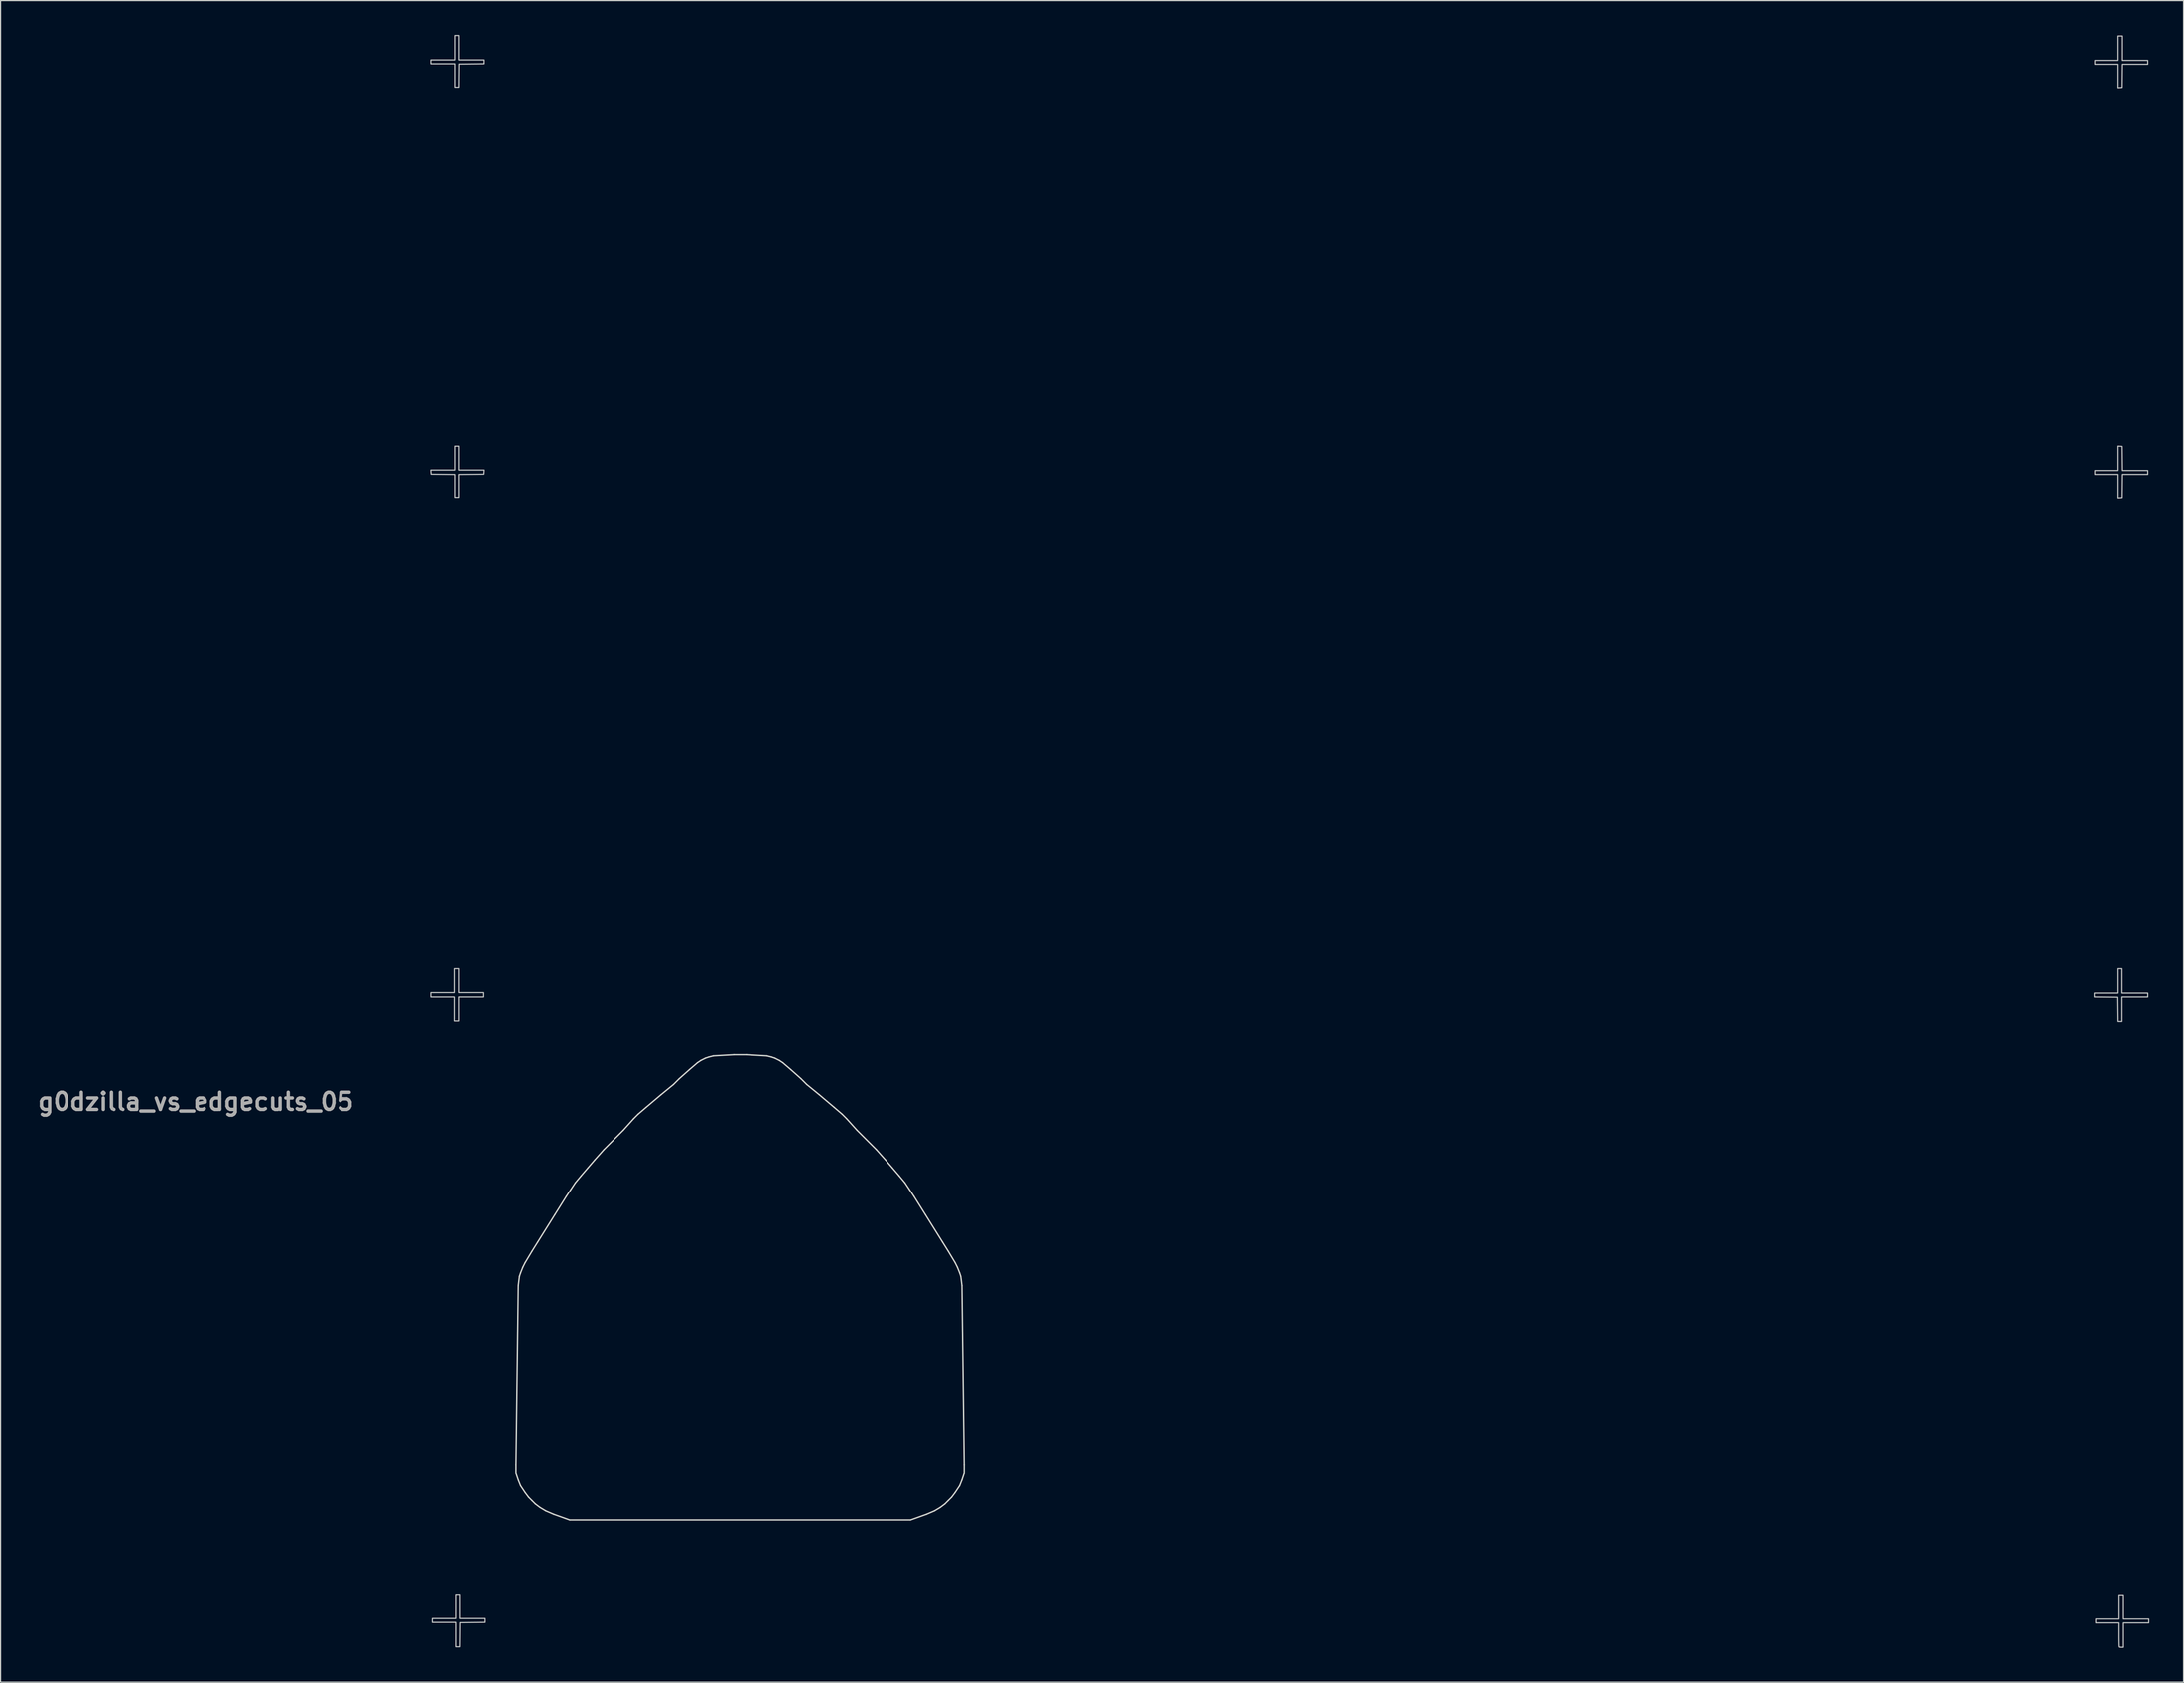
<source format=kicad_pcb>
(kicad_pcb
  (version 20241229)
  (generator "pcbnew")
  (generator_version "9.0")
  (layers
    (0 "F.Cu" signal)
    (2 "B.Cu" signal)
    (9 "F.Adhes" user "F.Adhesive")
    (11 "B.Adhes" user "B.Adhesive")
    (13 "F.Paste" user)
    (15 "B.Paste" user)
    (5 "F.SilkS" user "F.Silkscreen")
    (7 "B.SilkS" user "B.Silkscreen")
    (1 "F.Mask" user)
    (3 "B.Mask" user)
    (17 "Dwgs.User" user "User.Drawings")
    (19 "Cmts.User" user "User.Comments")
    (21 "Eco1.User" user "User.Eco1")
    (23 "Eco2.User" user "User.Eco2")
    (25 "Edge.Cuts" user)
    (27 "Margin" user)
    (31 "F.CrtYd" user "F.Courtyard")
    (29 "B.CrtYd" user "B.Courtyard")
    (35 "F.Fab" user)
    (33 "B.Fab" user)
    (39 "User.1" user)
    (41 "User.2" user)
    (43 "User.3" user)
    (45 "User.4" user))
  (footprint "g0dzilla_vs_edgecuts_05"
    (layer "F.Cu")
    (at 107.521 74.116)
    (property "Reference" "g0dzilla_vs_edgecuts_05" (at -93.4 19.5 0) (layer "F.Fab") (effects (font (size 1.5 1.5) (thickness 0.3))))
    (attr board_only exclude_from_pos_files exclude_from_bom)
    (fp_poly (pts (xy -70.352 -72.998) (xy -70.352 -71.931) (xy -69.22 -71.931) (xy -68.089 -71.931) (xy -68.089 -71.761) (xy -68.089 -71.591) (xy -69.21 -71.58) (xy -70.33 -71.568) (xy -70.342 -70.512) (xy -70.353 -69.455) (xy -70.523 -69.455) (xy -70.693 -69.455) (xy -70.693 -70.522) (xy -70.693 -71.59) (xy -71.739 -71.59) (xy -72.785 -71.59) (xy -72.785 -71.76) (xy -72.785 -71.931) (xy -71.739 -71.931) (xy -70.693 -71.931) (xy -70.693 -72.998) (xy -70.693 -74.066) (xy -70.522 -74.066) (xy -70.352 -74.066)) (stroke (width 0.1) (type solid)) (fill no) (layer "Dwgs.User"))
    (fp_poly (pts (xy -70.352 -36.99) (xy -70.352 -35.944) (xy -69.218 -35.944) (xy -68.084 -35.944) (xy -68.097 -35.763) (xy -68.11 -35.581) (xy -69.231 -35.57) (xy -70.352 -35.559) (xy -70.352 -34.513) (xy -70.352 -33.468) (xy -70.522 -33.468) (xy -70.693 -33.468) (xy -70.693 -34.513) (xy -70.693 -35.558) (xy -71.728 -35.57) (xy -72.764 -35.581) (xy -72.777 -35.763) (xy -72.79 -35.944) (xy -71.741 -35.944) (xy -70.693 -35.944) (xy -70.693 -36.99) (xy -70.693 -38.036) (xy -70.522 -38.036) (xy -70.352 -38.036)) (stroke (width 0.1) (type solid)) (fill no) (layer "Dwgs.User"))
    (fp_poly (pts (xy -70.352 8.858) (xy -70.352 9.904) (xy -69.242 9.904) (xy -68.132 9.904) (xy -68.132 10.096) (xy -68.132 10.288) (xy -69.242 10.288) (xy -70.352 10.288) (xy -70.352 11.334) (xy -70.352 12.38) (xy -70.544 12.38) (xy -70.736 12.38) (xy -70.736 11.334) (xy -70.736 10.288) (xy -71.76 10.288) (xy -72.785 10.288) (xy -72.785 10.096) (xy -72.785 9.904) (xy -71.76 9.904) (xy -70.736 9.904) (xy -70.736 8.858) (xy -70.736 7.812) (xy -70.544 7.812) (xy -70.352 7.812)) (stroke (width 0.1) (type solid)) (fill no) (layer "Dwgs.User"))
    (fp_poly (pts (xy -70.266 63.777) (xy -70.266 64.845) (xy -69.135 64.845) (xy -68.004 64.845) (xy -68.004 65.015) (xy -68.004 65.185) (xy -69.124 65.196) (xy -70.245 65.208) (xy -70.256 66.264) (xy -70.268 67.321) (xy -70.438 67.321) (xy -70.608 67.321) (xy -70.608 66.253) (xy -70.608 65.186) (xy -71.632 65.186) (xy -72.657 65.186) (xy -72.657 65.015) (xy -72.657 64.845) (xy -71.632 64.845) (xy -70.608 64.845) (xy -70.608 63.777) (xy -70.608 62.71) (xy -70.437 62.71) (xy -70.266 62.71)) (stroke (width 0.1) (type solid)) (fill no) (layer "Dwgs.User"))
    (fp_poly (pts (xy 75.4 -38.028) (xy 75.581 -38.015) (xy 75.592 -36.958) (xy 75.604 -35.902) (xy 76.713 -35.902) (xy 77.822 -35.902) (xy 77.822 -35.731) (xy 77.822 -35.56) (xy 76.713 -35.56) (xy 75.604 -35.56) (xy 75.592 -34.503) (xy 75.581 -33.447) (xy 75.4 -33.434) (xy 75.218 -33.421) (xy 75.218 -34.49) (xy 75.218 -35.56) (xy 74.194 -35.56) (xy 73.169 -35.56) (xy 73.169 -35.731) (xy 73.169 -35.902) (xy 74.194 -35.902) (xy 75.218 -35.902) (xy 75.218 -36.971) (xy 75.218 -38.041)) (stroke (width 0.1) (type solid)) (fill no) (layer "Dwgs.User"))
    (fp_poly (pts (xy 75.56 8.879) (xy 75.56 9.947) (xy 76.691 9.947) (xy 77.822 9.947) (xy 77.822 10.117) (xy 77.822 10.288) (xy 76.691 10.288) (xy 75.56 10.288) (xy 75.56 11.355) (xy 75.56 12.423) (xy 75.39 12.423) (xy 75.22 12.423) (xy 75.208 11.366) (xy 75.197 10.309) (xy 74.162 10.298) (xy 73.126 10.287) (xy 73.126 10.117) (xy 73.126 9.947) (xy 74.172 9.947) (xy 75.218 9.947) (xy 75.218 8.879) (xy 75.218 7.812) (xy 75.389 7.812) (xy 75.56 7.812)) (stroke (width 0.1) (type solid)) (fill no) (layer "Dwgs.User"))
    (fp_poly (pts (xy 75.602 -72.956) (xy 75.602 -71.888) (xy 76.712 -71.888) (xy 77.822 -71.888) (xy 77.822 -71.718) (xy 77.822 -71.547) (xy 76.713 -71.547) (xy 75.604 -71.547) (xy 75.592 -70.49) (xy 75.581 -69.434) (xy 75.4 -69.421) (xy 75.218 -69.408) (xy 75.218 -70.477) (xy 75.218 -71.547) (xy 74.194 -71.547) (xy 73.169 -71.547) (xy 73.169 -71.718) (xy 73.169 -71.888) (xy 74.194 -71.888) (xy 75.218 -71.888) (xy 75.218 -72.956) (xy 75.218 -74.023) (xy 75.41 -74.023) (xy 75.602 -74.023)) (stroke (width 0.1) (type solid)) (fill no) (layer "Dwgs.User"))
    (fp_poly (pts (xy 75.688 63.82) (xy 75.688 64.887) (xy 76.798 64.887) (xy 77.908 64.887) (xy 77.908 65.058) (xy 77.908 65.229) (xy 76.798 65.229) (xy 75.688 65.229) (xy 75.688 66.296) (xy 75.688 67.363) (xy 75.524 67.363) (xy 75.411 67.357) (xy 75.339 67.34) (xy 75.332 67.335) (xy 75.324 67.286) (xy 75.317 67.164) (xy 75.311 66.98) (xy 75.307 66.747) (xy 75.304 66.477) (xy 75.304 66.268) (xy 75.304 65.229) (xy 74.279 65.229) (xy 73.254 65.229) (xy 73.254 65.058) (xy 73.254 64.887) (xy 74.279 64.887) (xy 75.304 64.887) (xy 75.304 63.82) (xy 75.304 62.753) (xy 75.496 62.753) (xy 75.688 62.753)) (stroke (width 0.1) (type solid)) (fill no) (layer "Dwgs.User"))
    (fp_line (start -65.3 51.3) (end -65.1 35.6) (stroke (width 0.12) (type default)) (layer "Edge.Cuts"))
    (fp_line (start -65.3 52.1) (end -65.3 51.3) (stroke (width 0.12) (type default)) (layer "Edge.Cuts"))
    (fp_line (start -65.1 35.6) (end -65 34.8) (stroke (width 0.12) (type default)) (layer "Edge.Cuts"))
    (fp_line (start -65.1 52.7) (end -65.3 52.1) (stroke (width 0.12) (type default)) (layer "Edge.Cuts"))
    (fp_line (start -65 34.8) (end -64.9 34.5) (stroke (width 0.12) (type default)) (layer "Edge.Cuts"))
    (fp_line (start -64.9 34.5) (end -64.7 34) (stroke (width 0.12) (type default)) (layer "Edge.Cuts"))
    (fp_line (start -64.9 53.2) (end -65.1 52.7) (stroke (width 0.12) (type default)) (layer "Edge.Cuts"))
    (fp_line (start -64.7 34) (end -64.5 33.6) (stroke (width 0.12) (type default)) (layer "Edge.Cuts"))
    (fp_line (start -64.5 33.6) (end -63.9 32.6) (stroke (width 0.12) (type default)) (layer "Edge.Cuts"))
    (fp_line (start -64.5 53.8) (end -64.9 53.2) (stroke (width 0.12) (type default)) (layer "Edge.Cuts"))
    (fp_line (start -64.2 54.2) (end -64.5 53.8) (stroke (width 0.12) (type default)) (layer "Edge.Cuts"))
    (fp_line (start -63.9 32.6) (end -63.4 31.8) (stroke (width 0.12) (type default)) (layer "Edge.Cuts"))
    (fp_line (start -63.9 54.5) (end -64.2 54.2) (stroke (width 0.12) (type default)) (layer "Edge.Cuts"))
    (fp_line (start -63.6 54.8) (end -63.9 54.5) (stroke (width 0.12) (type default)) (layer "Edge.Cuts"))
    (fp_line (start -63.4 31.8) (end -61.9 29.4) (stroke (width 0.12) (type default)) (layer "Edge.Cuts"))
    (fp_line (start -63.2 55.1) (end -63.6 54.8) (stroke (width 0.12) (type default)) (layer "Edge.Cuts"))
    (fp_line (start -62.7 55.4) (end -63.2 55.1) (stroke (width 0.12) (type default)) (layer "Edge.Cuts"))
    (fp_line (start -62 55.7) (end -62.7 55.4) (stroke (width 0.12) (type default)) (layer "Edge.Cuts"))
    (fp_line (start -61.9 29.4) (end -60.9 27.8) (stroke (width 0.12) (type default)) (layer "Edge.Cuts"))
    (fp_line (start -60.9 27.8) (end -60.5 27.2) (stroke (width 0.12) (type default)) (layer "Edge.Cuts"))
    (fp_line (start -60.6 56.2) (end -62 55.7) (stroke (width 0.12) (type default)) (layer "Edge.Cuts"))
    (fp_line (start -60.6 56.2) (end -30.7 56.2) (stroke (width 0.12) (type default)) (layer "Edge.Cuts"))
    (fp_line (start -60.5 27.2) (end -60.1 26.6) (stroke (width 0.12) (type default)) (layer "Edge.Cuts"))
    (fp_line (start -60.1 26.6) (end -59.6 26) (stroke (width 0.12) (type default)) (layer "Edge.Cuts"))
    (fp_line (start -59.6 26) (end -59 25.3) (stroke (width 0.12) (type default)) (layer "Edge.Cuts"))
    (fp_line (start -59 25.3) (end -58.4 24.6) (stroke (width 0.12) (type default)) (layer "Edge.Cuts"))
    (fp_line (start -58.4 24.6) (end -57.6 23.7) (stroke (width 0.12) (type default)) (layer "Edge.Cuts"))
    (fp_line (start -57.6 23.7) (end -55.9 22) (stroke (width 0.12) (type default)) (layer "Edge.Cuts"))
    (fp_line (start -55.9 22) (end -55 21) (stroke (width 0.12) (type default)) (layer "Edge.Cuts"))
    (fp_line (start -55 21) (end -54.6 20.6) (stroke (width 0.12) (type default)) (layer "Edge.Cuts"))
    (fp_line (start -54.6 20.6) (end -53.9 20) (stroke (width 0.12) (type default)) (layer "Edge.Cuts"))
    (fp_line (start -53.9 20) (end -52.6 18.9) (stroke (width 0.12) (type default)) (layer "Edge.Cuts"))
    (fp_line (start -52.6 18.9) (end -51.5 18) (stroke (width 0.12) (type default)) (layer "Edge.Cuts"))
    (fp_line (start -51.5 18) (end -51 17.5) (stroke (width 0.12) (type default)) (layer "Edge.Cuts"))
    (fp_line (start -51 17.5) (end -50.1 16.7) (stroke (width 0.12) (type default)) (layer "Edge.Cuts"))
    (fp_line (start -50.1 16.7) (end -49.4 16.1) (stroke (width 0.12) (type default)) (layer "Edge.Cuts"))
    (fp_line (start -49.4 16.1) (end -49.1 15.9) (stroke (width 0.12) (type default)) (layer "Edge.Cuts"))
    (fp_line (start -49.1 15.9) (end -48.7 15.7) (stroke (width 0.12) (type default)) (layer "Edge.Cuts"))
    (fp_line (start -48.7 15.7) (end -48.4 15.6) (stroke (width 0.12) (type default)) (layer "Edge.Cuts"))
    (fp_line (start -48.4 15.6) (end -48 15.5) (stroke (width 0.12) (type default)) (layer "Edge.Cuts"))
    (fp_line (start -48 15.5) (end -46.2 15.4) (stroke (width 0.12) (type default)) (layer "Edge.Cuts"))
    (fp_line (start -46.2 15.4) (end -45.1 15.4) (stroke (width 0.12) (type default)) (layer "Edge.Cuts"))
    (fp_line (start -43.3 15.5) (end -45.1 15.4) (stroke (width 0.12) (type default)) (layer "Edge.Cuts"))
    (fp_line (start -42.9 15.6) (end -43.3 15.5) (stroke (width 0.12) (type default)) (layer "Edge.Cuts"))
    (fp_line (start -42.6 15.7) (end -42.9 15.6) (stroke (width 0.12) (type default)) (layer "Edge.Cuts"))
    (fp_line (start -42.2 15.9) (end -42.6 15.7) (stroke (width 0.12) (type default)) (layer "Edge.Cuts"))
    (fp_line (start -41.9 16.1) (end -42.2 15.9) (stroke (width 0.12) (type default)) (layer "Edge.Cuts"))
    (fp_line (start -41.2 16.7) (end -41.9 16.1) (stroke (width 0.12) (type default)) (layer "Edge.Cuts"))
    (fp_line (start -40.3 17.5) (end -41.2 16.7) (stroke (width 0.12) (type default)) (layer "Edge.Cuts"))
    (fp_line (start -39.8 18) (end -40.3 17.5) (stroke (width 0.12) (type default)) (layer "Edge.Cuts"))
    (fp_line (start -38.7 18.9) (end -39.8 18) (stroke (width 0.12) (type default)) (layer "Edge.Cuts"))
    (fp_line (start -37.4 20) (end -38.7 18.9) (stroke (width 0.12) (type default)) (layer "Edge.Cuts"))
    (fp_line (start -36.7 20.6) (end -37.4 20) (stroke (width 0.12) (type default)) (layer "Edge.Cuts"))
    (fp_line (start -36.3 21) (end -36.7 20.6) (stroke (width 0.12) (type default)) (layer "Edge.Cuts"))
    (fp_line (start -35.4 22) (end -36.3 21) (stroke (width 0.12) (type default)) (layer "Edge.Cuts"))
    (fp_line (start -33.7 23.7) (end -35.4 22) (stroke (width 0.12) (type default)) (layer "Edge.Cuts"))
    (fp_line (start -32.9 24.6) (end -33.7 23.7) (stroke (width 0.12) (type default)) (layer "Edge.Cuts"))
    (fp_line (start -32.3 25.3) (end -32.9 24.6) (stroke (width 0.12) (type default)) (layer "Edge.Cuts"))
    (fp_line (start -31.7 26) (end -32.3 25.3) (stroke (width 0.12) (type default)) (layer "Edge.Cuts"))
    (fp_line (start -31.2 26.6) (end -31.7 26) (stroke (width 0.12) (type default)) (layer "Edge.Cuts"))
    (fp_line (start -30.8 27.2) (end -31.2 26.6) (stroke (width 0.12) (type default)) (layer "Edge.Cuts"))
    (fp_line (start -30.7 56.2) (end -29.3 55.7) (stroke (width 0.12) (type default)) (layer "Edge.Cuts"))
    (fp_line (start -30.4 27.8) (end -30.8 27.2) (stroke (width 0.12) (type default)) (layer "Edge.Cuts"))
    (fp_line (start -29.4 29.4) (end -30.4 27.8) (stroke (width 0.12) (type default)) (layer "Edge.Cuts"))
    (fp_line (start -29.3 55.7) (end -28.6 55.4) (stroke (width 0.12) (type default)) (layer "Edge.Cuts"))
    (fp_line (start -28.6 55.4) (end -28.1 55.1) (stroke (width 0.12) (type default)) (layer "Edge.Cuts"))
    (fp_line (start -28.1 55.1) (end -27.7 54.8) (stroke (width 0.12) (type default)) (layer "Edge.Cuts"))
    (fp_line (start -27.9 31.8) (end -29.4 29.4) (stroke (width 0.12) (type default)) (layer "Edge.Cuts"))
    (fp_line (start -27.7 54.8) (end -27.4 54.5) (stroke (width 0.12) (type default)) (layer "Edge.Cuts"))
    (fp_line (start -27.4 32.6) (end -27.9 31.8) (stroke (width 0.12) (type default)) (layer "Edge.Cuts"))
    (fp_line (start -27.4 54.5) (end -27.1 54.2) (stroke (width 0.12) (type default)) (layer "Edge.Cuts"))
    (fp_line (start -27.1 54.2) (end -26.8 53.8) (stroke (width 0.12) (type default)) (layer "Edge.Cuts"))
    (fp_line (start -26.8 33.6) (end -27.4 32.6) (stroke (width 0.12) (type default)) (layer "Edge.Cuts"))
    (fp_line (start -26.8 53.8) (end -26.4 53.2) (stroke (width 0.12) (type default)) (layer "Edge.Cuts"))
    (fp_line (start -26.6 34) (end -26.8 33.6) (stroke (width 0.12) (type default)) (layer "Edge.Cuts"))
    (fp_line (start -26.4 34.5) (end -26.6 34) (stroke (width 0.12) (type default)) (layer "Edge.Cuts"))
    (fp_line (start -26.4 53.2) (end -26.2 52.7) (stroke (width 0.12) (type default)) (layer "Edge.Cuts"))
    (fp_line (start -26.3 34.8) (end -26.4 34.5) (stroke (width 0.12) (type default)) (layer "Edge.Cuts"))
    (fp_line (start -26.2 35.6) (end -26.3 34.8) (stroke (width 0.12) (type default)) (layer "Edge.Cuts"))
    (fp_line (start -26.2 52.7) (end -26 52.1) (stroke (width 0.12) (type default)) (layer "Edge.Cuts"))
    (fp_line (start -26 51.3) (end -26.2 35.6) (stroke (width 0.12) (type default)) (layer "Edge.Cuts"))
    (fp_line (start -26 52.1) (end -26 51.3) (stroke (width 0.12) (type default)) (layer "Edge.Cuts"))
    (fp_line (start -60.6 55) (end -60.6 56.2) (stroke (width 0.12) (type default)) (layer "User.9"))
    (fp_line (start -60.6 55) (end -30.7 55) (stroke (width 0.12) (type default)) (layer "User.9"))
    (fp_line (start -52.1 43.1) (end -39.2 43.1) (stroke (width 0.12) (type default)) (layer "User.9"))
    (fp_line (start -52.1 48.9) (end -52.1 43.1) (stroke (width 0.12) (type default)) (layer "User.9"))
    (fp_line (start -52.1 48.9) (end -39.2 48.9) (stroke (width 0.12) (type default)) (layer "User.9"))
    (fp_line (start -52.1 54.7) (end -52.1 55) (stroke (width 0.12) (type default)) (layer "User.9"))
    (fp_line (start -47.7 42.2) (end -47.7 43.1) (stroke (width 0.12) (type default)) (layer "User.9"))
    (fp_line (start -47.7 42.2) (end -43.6 42.2) (stroke (width 0.12) (type default)) (layer "User.9"))
    (fp_line (start -43.6 42.2) (end -43.6 43.1) (stroke (width 0.12) (type default)) (layer "User.9"))
    (fp_line (start -39.2 43.1) (end -39.2 48.9) (stroke (width 0.12) (type default)) (layer "User.9"))
    (fp_line (start -39.2 54.7) (end -39.2 55) (stroke (width 0.12) (type default)) (layer "User.9"))
    (fp_line (start -30.7 55) (end -30.7 56.2) (stroke (width 0.12) (type default)) (layer "User.9"))
    (fp_rect (start -47.33 43.87) (end -49.03 45.57) (stroke (width 0.1) (type default)) (fill no) (layer "User.9"))
    (fp_circle (center -48.19 47.27) (end -49.054 47.27) (stroke (width 0.1) (type default)) (fill no) (layer "User.9"))
    (fp_circle (center -45.65 44.73) (end -46.514 44.73) (stroke (width 0.1) (type default)) (fill no) (layer "User.9"))
    (fp_circle (center -45.65 47.27) (end -46.514 47.27) (stroke (width 0.1) (type default)) (fill no) (layer "User.9"))
    (fp_circle (center -43.11 44.73) (end -43.974 44.73) (stroke (width 0.1) (type default)) (fill no) (layer "User.9"))
    (fp_circle (center -43.11 47.27) (end -43.974 47.27) (stroke (width 0.1) (type default)) (fill no) (layer "User.9")))
  (gr_rect
    (start -3 -3)
    (end 188.479 144.529)
    (stroke (width 0.1) (type default))
    (fill no)
    (layer "Edge.Cuts")))
</source>
